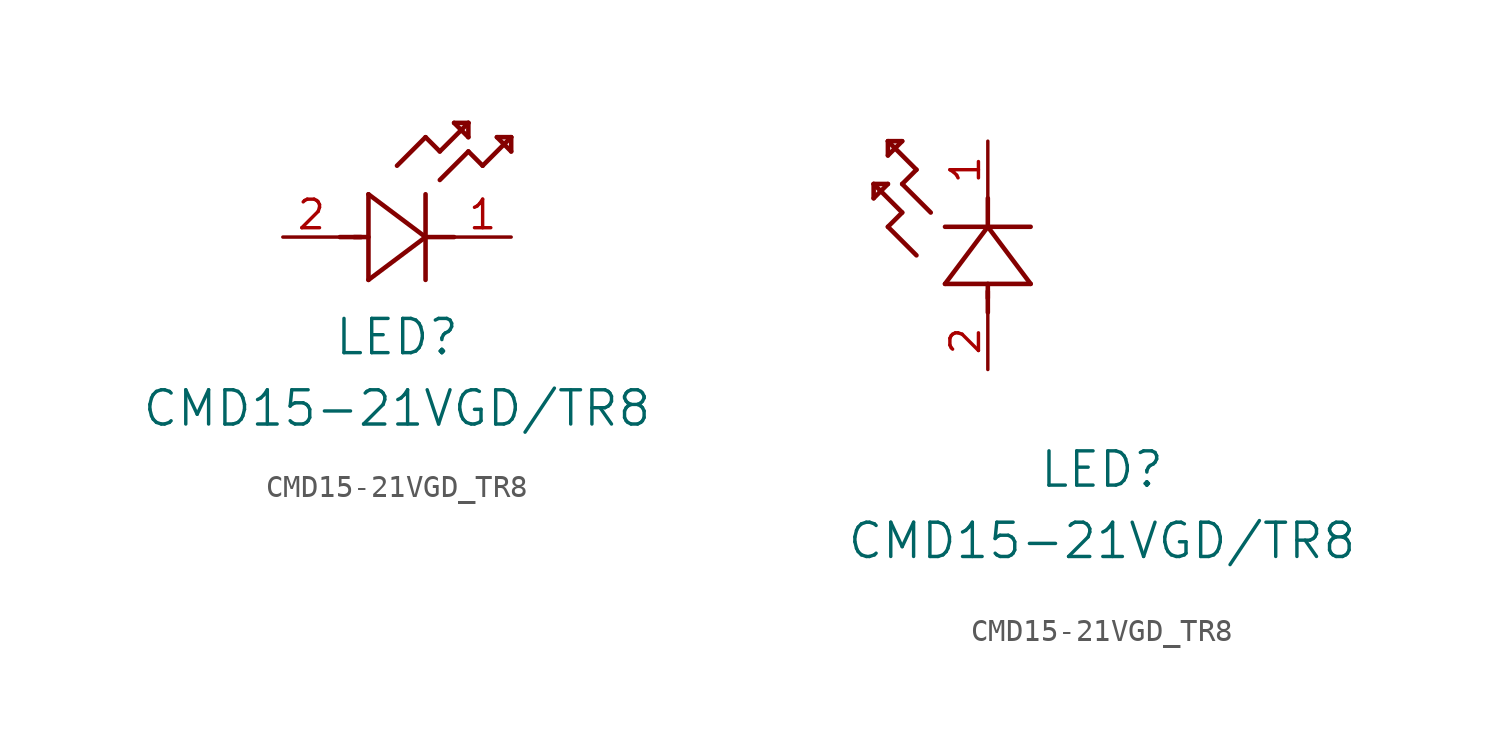
<source format=kicad_sym>
(kicad_symbol_lib
  (version 20211014)
  (generator kicad_symbol_editor)
  (symbol "CMD15-21VGD_TR8"
    (pin_names
      (offset 0.254))
    (property "Reference" "LED"
      (at 5.08 -4.445 0)
      (effects (font (size 1.524 1.524))))
    (property "Value" "CMD15-21VGD/TR8"
      (at 5.08 -7.62 0)
      (effects (font (size 1.524 1.524))))
    (symbol "CMD15-21VGD_TR8_1_1"
      (polyline (pts (xy 2.54 0) (xy 3.48 0)) (stroke (width 0.203) (type default) (color 0 0 0 0)) (fill (type none)))
      (polyline (pts (xy 3.81 1.905) (xy 3.81 -1.905)) (stroke (width 0.203) (type default) (color 0 0 0 0)) (fill (type none)))
      (polyline (pts (xy 3.175 0) (xy 3.81 0)) (stroke (width 0.203) (type default) (color 0 0 0 0)) (fill (type none)))
      (polyline (pts (xy 6.35 -1.905) (xy 6.35 1.905)) (stroke (width 0.203) (type default) (color 0 0 0 0)) (fill (type none)))
      (polyline (pts (xy 6.35 0) (xy 7.62 0)) (stroke (width 0.203) (type default) (color 0 0 0 0)) (fill (type none)))
      (polyline (pts (xy 6.35 4.445) (xy 6.985 3.81)) (stroke (width 0.203) (type default) (color 0 0 0 0)) (fill (type none)))
      (polyline (pts (xy 6.985 3.81) (xy 8.255 5.08)) (stroke (width 0.203) (type default) (color 0 0 0 0)) (fill (type none)))
      (polyline (pts (xy 8.255 3.81) (xy 8.89 3.175)) (stroke (width 0.203) (type default) (color 0 0 0 0)) (fill (type none)))
      (polyline (pts (xy 8.89 3.175) (xy 10.16 4.445)) (stroke (width 0.203) (type default) (color 0 0 0 0)) (fill (type none)))
      (polyline (pts (xy 8.255 5.08) (xy 7.62 5.08)) (stroke (width 0.203) (type default) (color 0 0 0 0)) (fill (type none)))
      (polyline (pts (xy 7.62 5.08) (xy 8.255 4.445)) (stroke (width 0.203) (type default) (color 0 0 0 0)) (fill (type none)))
      (polyline (pts (xy 8.255 4.445) (xy 8.255 5.08)) (stroke (width 0.203) (type default) (color 0 0 0 0)) (fill (type none)))
      (polyline (pts (xy 10.16 4.445) (xy 9.525 4.445)) (stroke (width 0.203) (type default) (color 0 0 0 0)) (fill (type none)))
      (polyline (pts (xy 9.525 4.445) (xy 10.16 3.81)) (stroke (width 0.203) (type default) (color 0 0 0 0)) (fill (type none)))
      (polyline (pts (xy 10.16 3.81) (xy 10.16 4.445)) (stroke (width 0.203) (type default) (color 0 0 0 0)) (fill (type none)))
      (polyline (pts (xy 6.985 2.54) (xy 8.255 3.81)) (stroke (width 0.203) (type default) (color 0 0 0 0)) (fill (type none)))
      (polyline (pts (xy 6.35 0) (xy 3.81 1.905)) (stroke (width 0.203) (type default) (color 0 0 0 0)) (fill (type none)))
      (polyline (pts (xy 3.81 -1.905) (xy 6.35 0)) (stroke (width 0.203) (type default) (color 0 0 0 0)) (fill (type none)))
      (polyline (pts (xy 5.08 3.175) (xy 6.35 4.445)) (stroke (width 0.203) (type default) (color 0 0 0 0)) (fill (type none)))
      (pin unspecified line (at 10.16 0 180) (length 2.54) (name "" (effects (font (size 1.27 1.27)))) (number "1" (effects (font (size 1.27 1.27)))))
      (pin unspecified line (at 0 0 0) (length 2.54) (name "" (effects (font (size 1.27 1.27)))) (number "2" (effects (font (size 1.27 1.27))))))
    (symbol "CMD15-21VGD_TR8_1_2"
      (polyline (pts (xy 0 2.54) (xy 0 3.48)) (stroke (width 0.203) (type default) (color 0 0 0 0)) (fill (type none)))
      (polyline (pts (xy -1.905 3.81) (xy 1.905 3.81)) (stroke (width 0.203) (type default) (color 0 0 0 0)) (fill (type none)))
      (polyline (pts (xy 0 3.175) (xy 0 3.81)) (stroke (width 0.203) (type default) (color 0 0 0 0)) (fill (type none)))
      (polyline (pts (xy 1.905 6.35) (xy -1.905 6.35)) (stroke (width 0.203) (type default) (color 0 0 0 0)) (fill (type none)))
      (polyline (pts (xy 0 6.35) (xy 0 7.62)) (stroke (width 0.203) (type default) (color 0 0 0 0)) (fill (type none)))
      (polyline (pts (xy 0 6.35) (xy -1.905 3.81)) (stroke (width 0.203) (type default) (color 0 0 0 0)) (fill (type none)))
      (polyline (pts (xy 1.905 3.81) (xy 0 6.35)) (stroke (width 0.203) (type default) (color 0 0 0 0)) (fill (type none)))
      (polyline (pts (xy -4.445 6.35) (xy -3.81 6.985)) (stroke (width 0.203) (type default) (color 0 0 0 0)) (fill (type none)))
      (polyline (pts (xy -2.54 6.985) (xy -3.81 8.255)) (stroke (width 0.203) (type default) (color 0 0 0 0)) (fill (type none)))
      (polyline (pts (xy -3.175 5.08) (xy -4.445 6.35)) (stroke (width 0.203) (type default) (color 0 0 0 0)) (fill (type none)))
      (polyline (pts (xy -4.445 10.16) (xy -4.445 9.525)) (stroke (width 0.203) (type default) (color 0 0 0 0)) (fill (type none)))
      (polyline (pts (xy -4.445 9.525) (xy -3.81 10.16)) (stroke (width 0.203) (type default) (color 0 0 0 0)) (fill (type none)))
      (polyline (pts (xy -3.81 10.16) (xy -4.445 10.16)) (stroke (width 0.203) (type default) (color 0 0 0 0)) (fill (type none)))
      (polyline (pts (xy -3.81 8.255) (xy -3.175 8.89)) (stroke (width 0.203) (type default) (color 0 0 0 0)) (fill (type none)))
      (polyline (pts (xy -3.175 8.89) (xy -4.445 10.16)) (stroke (width 0.203) (type default) (color 0 0 0 0)) (fill (type none)))
      (polyline (pts (xy -3.81 6.985) (xy -5.08 8.255)) (stroke (width 0.203) (type default) (color 0 0 0 0)) (fill (type none)))
      (polyline (pts (xy -5.08 8.255) (xy -5.08 7.62)) (stroke (width 0.203) (type default) (color 0 0 0 0)) (fill (type none)))
      (polyline (pts (xy -5.08 7.62) (xy -4.445 8.255)) (stroke (width 0.203) (type default) (color 0 0 0 0)) (fill (type none)))
      (polyline (pts (xy -4.445 8.255) (xy -5.08 8.255)) (stroke (width 0.203) (type default) (color 0 0 0 0)) (fill (type none)))
      (pin unspecified line (at 0 10.16 270) (length 2.54) (name "" (effects (font (size 1.27 1.27)))) (number "1" (effects (font (size 1.27 1.27)))))
      (pin unspecified line (at 0 0 90) (length 2.54) (name "" (effects (font (size 1.27 1.27)))) (number "2" (effects (font (size 1.27 1.27))))))))
</source>
